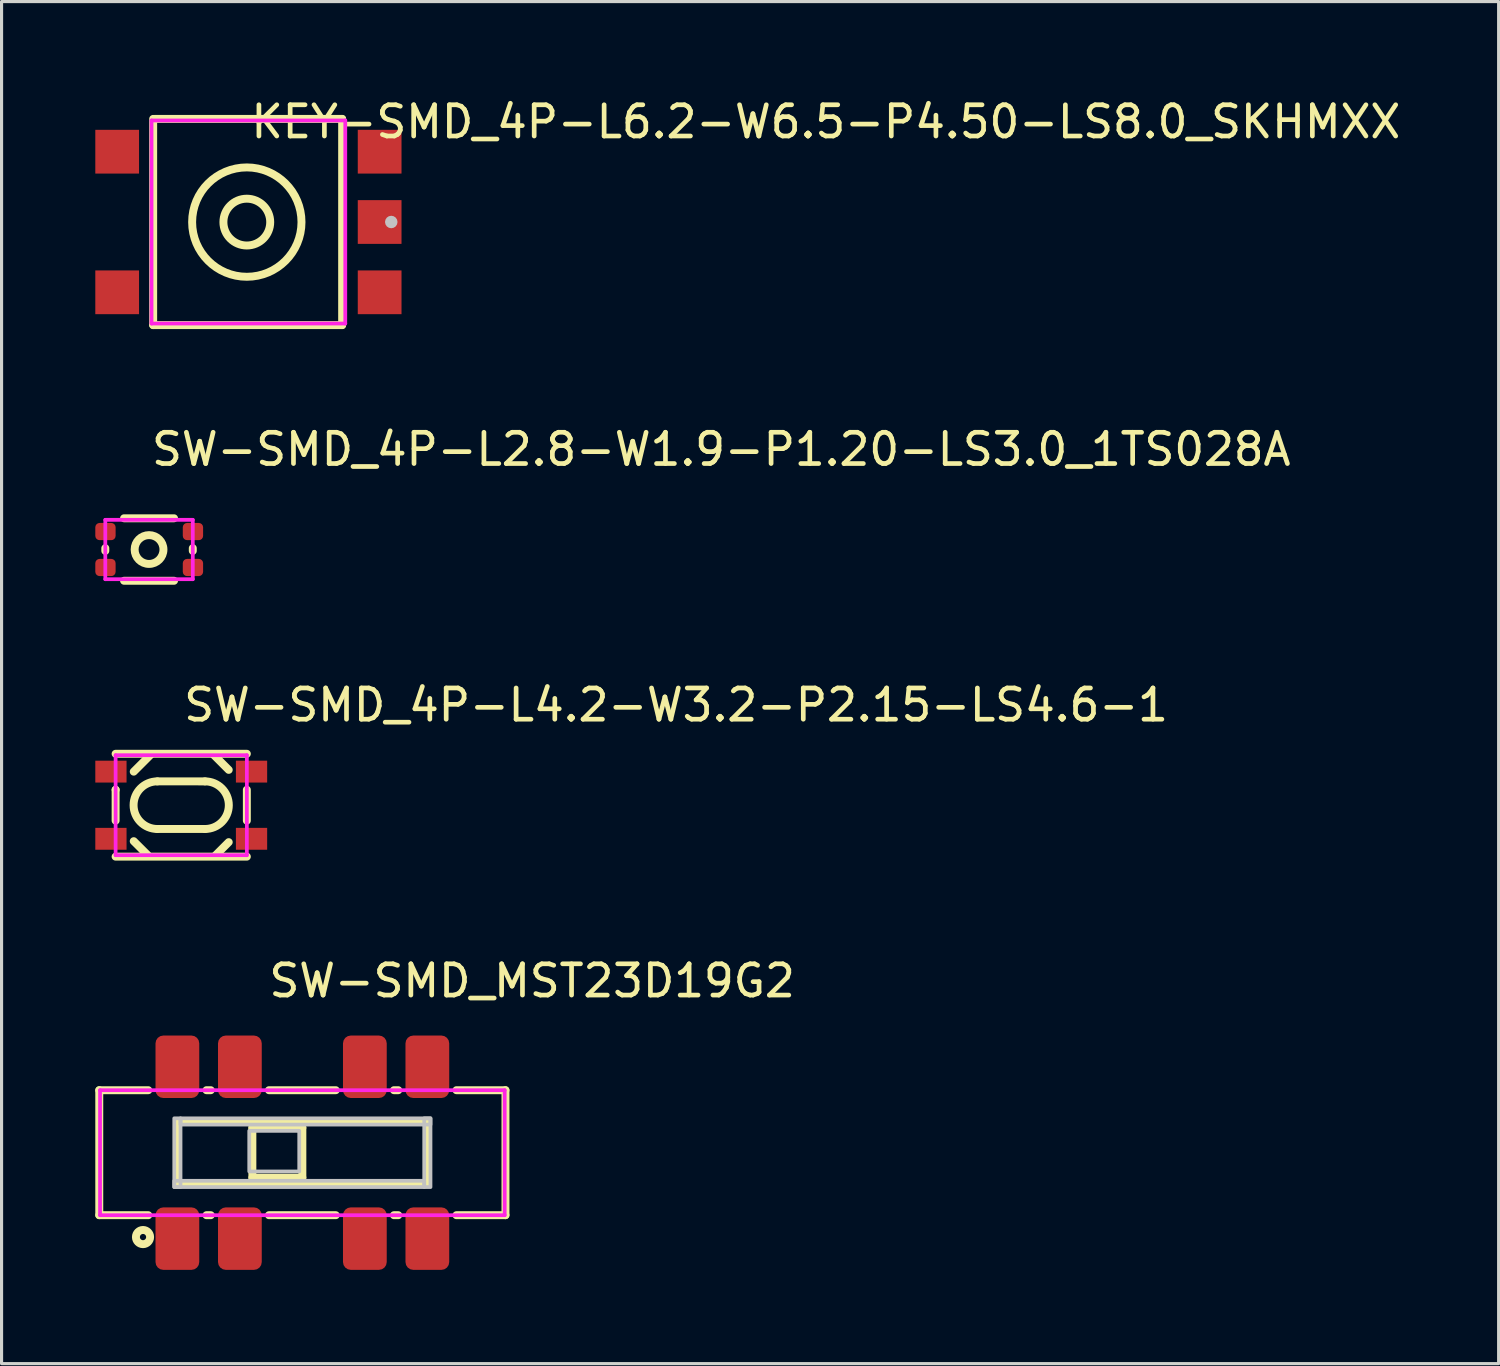
<source format=kicad_pcb>
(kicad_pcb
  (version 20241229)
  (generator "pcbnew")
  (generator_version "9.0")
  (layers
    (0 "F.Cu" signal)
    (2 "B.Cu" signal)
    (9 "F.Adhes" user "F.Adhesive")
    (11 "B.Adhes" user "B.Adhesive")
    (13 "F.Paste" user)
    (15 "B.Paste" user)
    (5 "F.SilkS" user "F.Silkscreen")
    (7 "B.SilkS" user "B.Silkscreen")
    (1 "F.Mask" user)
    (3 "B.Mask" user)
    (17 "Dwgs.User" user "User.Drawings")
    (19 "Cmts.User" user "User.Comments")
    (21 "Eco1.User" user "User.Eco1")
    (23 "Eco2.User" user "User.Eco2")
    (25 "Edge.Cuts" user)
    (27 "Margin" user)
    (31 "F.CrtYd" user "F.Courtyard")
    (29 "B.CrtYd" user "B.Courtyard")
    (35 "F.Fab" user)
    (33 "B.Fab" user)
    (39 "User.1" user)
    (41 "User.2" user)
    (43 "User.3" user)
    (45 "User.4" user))
  (footprint "KEY-SMD_4P-L6.2-W6.5-P4.50-LS8.0_SKHMXX"
    (layer "F.Cu")
    (at 4.9 4.055)
    (property "Reference" "KEY-SMD_4P-L6.2-W6.5-P4.50-LS8.0_SKHMXX" (at 0 -3.207 0) (layer "F.SilkS") (effects (font (size 1 1) (thickness 0.15)) (justify left)))
    (attr through_hole)
    (fp_line (start -3.048 3.3) (end -3.048 -3.3) (stroke (width 0.254) (type solid)) (layer "F.SilkS"))
    (fp_line (start -3 -3.3) (end 3 -3.3) (stroke (width 0.254) (type solid)) (layer "F.SilkS"))
    (fp_line (start 3 -3.3) (end 3 3.3) (stroke (width 0.254) (type solid)) (layer "F.SilkS"))
    (fp_line (start 3 3.3) (end -3.048 3.3) (stroke (width 0.254) (type solid)) (layer "F.SilkS"))
    (fp_circle (center -0.051 0.003) (end 0.698 0.003) (stroke (width 0.254) (type solid)) (fill no) (layer "F.SilkS"))
    (fp_circle (center -0.051 0.003) (end 1.699 0.003) (stroke (width 0.254) (type solid)) (fill no) (layer "F.SilkS"))
    (fp_circle (center 4.572 0) (end 4.672 0) (stroke (width 0.2) (type solid)) (fill no) (layer "Dwgs.User"))
    (fp_line (start -3.51 -2.6) (end -3.09 -2.6) (stroke (width 0.12) (type solid)) (layer "Eco2.User"))
    (fp_line (start -3.51 -1.9) (end -3.51 -2.6) (stroke (width 0.12) (type solid)) (layer "Eco2.User"))
    (fp_line (start -3.51 1.9) (end -3.09 1.9) (stroke (width 0.12) (type solid)) (layer "Eco2.User"))
    (fp_line (start -3.51 2.6) (end -3.51 1.9) (stroke (width 0.12) (type solid)) (layer "Eco2.User"))
    (fp_line (start -3.09 -2.6) (end -3.09 -1.9) (stroke (width 0.12) (type solid)) (layer "Eco2.User"))
    (fp_line (start -3.09 -1.9) (end -3.51 -1.9) (stroke (width 0.12) (type solid)) (layer "Eco2.User"))
    (fp_line (start -3.09 1.9) (end -3.09 2.6) (stroke (width 0.12) (type solid)) (layer "Eco2.User"))
    (fp_line (start -3.09 2.6) (end -3.51 2.6) (stroke (width 0.12) (type solid)) (layer "Eco2.User"))
    (fp_line (start 3.09 -2.6) (end 3.51 -2.6) (stroke (width 0.12) (type solid)) (layer "Eco2.User"))
    (fp_line (start 3.09 -1.9) (end 3.09 -2.6) (stroke (width 0.12) (type solid)) (layer "Eco2.User"))
    (fp_line (start 3.09 -0.35) (end 3.51 -0.35) (stroke (width 0.12) (type solid)) (layer "Eco2.User"))
    (fp_line (start 3.09 0.35) (end 3.09 -0.35) (stroke (width 0.12) (type solid)) (layer "Eco2.User"))
    (fp_line (start 3.09 1.9) (end 3.51 1.9) (stroke (width 0.12) (type solid)) (layer "Eco2.User"))
    (fp_line (start 3.09 2.6) (end 3.09 1.9) (stroke (width 0.12) (type solid)) (layer "Eco2.User"))
    (fp_line (start 3.51 -2.6) (end 3.51 -1.9) (stroke (width 0.12) (type solid)) (layer "Eco2.User"))
    (fp_line (start 3.51 -1.9) (end 3.09 -1.9) (stroke (width 0.12) (type solid)) (layer "Eco2.User"))
    (fp_line (start 3.51 -0.35) (end 3.51 0.35) (stroke (width 0.12) (type solid)) (layer "Eco2.User"))
    (fp_line (start 3.51 0.35) (end 3.09 0.35) (stroke (width 0.12) (type solid)) (layer "Eco2.User"))
    (fp_line (start 3.51 1.9) (end 3.51 2.6) (stroke (width 0.12) (type solid)) (layer "Eco2.User"))
    (fp_line (start 3.51 2.6) (end 3.09 2.6) (stroke (width 0.12) (type solid)) (layer "Eco2.User"))
    (fp_circle (center -4 -3.25) (end -3.97 -3.25) (stroke (width 0.06) (type solid)) (fill no) (layer "Eco2.User"))
    (fp_poly (pts (xy -4 -1.9) (xy -4 -2.6) (xy -3.5 -2.6) (xy -3.5 -1.9)) (stroke (width 0.12) (type solid)) (fill no) (layer "Eco2.User"))
    (fp_poly (pts (xy -4 2.6) (xy -4 1.9) (xy -3.5 1.9) (xy -3.5 2.6)) (stroke (width 0.12) (type solid)) (fill no) (layer "Eco2.User"))
    (fp_poly (pts (xy 3.5 -1.9) (xy 3.5 -2.6) (xy 4 -2.6) (xy 4 -1.9)) (stroke (width 0.12) (type solid)) (fill no) (layer "Eco2.User"))
    (fp_poly (pts (xy 3.5 0.35) (xy 3.5 -0.35) (xy 4 -0.35) (xy 4 0.35)) (stroke (width 0.12) (type solid)) (fill no) (layer "Eco2.User"))
    (fp_poly (pts (xy 3.5 2.6) (xy 3.5 1.9) (xy 4 1.9) (xy 4 2.6)) (stroke (width 0.12) (type solid)) (fill no) (layer "Eco2.User"))
    (fp_line (start -3.1 -3.25) (end 3.1 -3.25) (stroke (width 0.12) (type solid)) (layer "F.CrtYd"))
    (fp_line (start -3.1 3.25) (end -3.1 -3.25) (stroke (width 0.12) (type solid)) (layer "F.CrtYd"))
    (fp_line (start 3.1 -3.25) (end 3.1 3.25) (stroke (width 0.12) (type solid)) (layer "F.CrtYd"))
    (fp_line (start 3.1 3.25) (end -3.1 3.25) (stroke (width 0.12) (type solid)) (layer "F.CrtYd"))
    (pad "1" smd rect (at -4.2 -2.25) (size 1.4 1.4) (layers "F.Cu" "F.Mask" "F.Paste"))
    (pad "2" smd rect (at 4.2 -2.25) (size 1.4 1.4) (layers "F.Cu" "F.Mask" "F.Paste"))
    (pad "3" smd rect (at -4.2 2.25) (size 1.4 1.4) (layers "F.Cu" "F.Mask" "F.Paste"))
    (pad "4" smd rect (at 4.2 2.25) (size 1.4 1.4) (layers "F.Cu" "F.Mask" "F.Paste"))
    (pad "5" smd rect (at 4.2 0) (size 1.4 1.4) (layers "F.Cu" "F.Mask" "F.Paste")))
  (footprint "SW-SMD_4P-L2.8-W1.9-P1.20-LS3.0_1TS028A"
    (layer "F.Cu")
    (at 1.72 14.537)
    (property "Reference" "SW-SMD_4P-L2.8-W1.9-P1.20-LS3.0_1TS028A" (at 0 -3.207 0) (layer "F.SilkS") (effects (font (size 1 1) (thickness 0.15)) (justify left)))
    (attr smd)
    (fp_line (start -1.4 -0.044) (end -1.4 0.044) (stroke (width 0.254) (type solid)) (layer "F.SilkS"))
    (fp_line (start -0.8 -1) (end 0.8 -1) (stroke (width 0.254) (type solid)) (layer "F.SilkS"))
    (fp_line (start -0.8 1) (end 0.8 1) (stroke (width 0.254) (type solid)) (layer "F.SilkS"))
    (fp_line (start 1.4 -0.044) (end 1.4 0.044) (stroke (width 0.254) (type solid)) (layer "F.SilkS"))
    (fp_circle (center 0 0) (end 0.461 0) (stroke (width 0.254) (type solid)) (fill no) (layer "F.SilkS"))
    (fp_line (start -1.4 -0.95) (end 1.4 -0.95) (stroke (width 0.12) (type solid)) (layer "F.CrtYd"))
    (fp_line (start -1.4 0.95) (end -1.4 -0.95) (stroke (width 0.12) (type solid)) (layer "F.CrtYd"))
    (fp_line (start 1.4 -0.95) (end 1.4 0.95) (stroke (width 0.12) (type solid)) (layer "F.CrtYd"))
    (fp_line (start 1.4 0.95) (end -1.4 0.95) (stroke (width 0.12) (type solid)) (layer "F.CrtYd"))
    (pad "1" smd roundrect (at -1.395 -0.575) (size 0.65 0.55) (layers "F.Cu" "F.Mask" "F.Paste") (roundrect_rratio 0.25))
    (pad "1" smd roundrect (at 1.405 -0.575) (size 0.65 0.55) (layers "F.Cu" "F.Mask" "F.Paste") (roundrect_rratio 0.25))
    (pad "2" smd roundrect (at -1.395 0.575) (size 0.65 0.55) (layers "F.Cu" "F.Mask" "F.Paste") (roundrect_rratio 0.25))
    (pad "2" smd roundrect (at 1.405 0.575) (size 0.65 0.55) (layers "F.Cu" "F.Mask" "F.Paste") (roundrect_rratio 0.25)))
  (footprint "SW-SMD_MST23D19G2"
    (layer "F.Cu")
    (at 6.627 33.841)
    (property "Reference" "SW-SMD_MST23D19G2" (at -1.15 -5.5 0) (layer "F.SilkS") (effects (font (size 1 1) (thickness 0.15)) (justify left)))
    (attr smd)
    (fp_line (start -6.5 -2) (end -6.5 2) (stroke (width 0.254) (type solid)) (layer "F.SilkS"))
    (fp_line (start -6.5 -2) (end -4.931 -2) (stroke (width 0.254) (type solid)) (layer "F.SilkS"))
    (fp_line (start -6.5 2) (end -4.931 2) (stroke (width 0.254) (type solid)) (layer "F.SilkS"))
    (fp_line (start -4 -1) (end 4 -1) (stroke (width 0.254) (type solid)) (layer "F.SilkS"))
    (fp_line (start -4 1) (end -4 -1) (stroke (width 0.254) (type solid)) (layer "F.SilkS"))
    (fp_line (start -3.069 -2) (end -2.931 -2) (stroke (width 0.254) (type solid)) (layer "F.SilkS"))
    (fp_line (start -3.069 2) (end -2.931 2) (stroke (width 0.254) (type solid)) (layer "F.SilkS"))
    (fp_line (start -1.6 -0.8) (end 0 -0.8) (stroke (width 0.254) (type solid)) (layer "F.SilkS"))
    (fp_line (start -1.6 0.8) (end -1.6 -0.8) (stroke (width 0.254) (type solid)) (layer "F.SilkS"))
    (fp_line (start -1.069 -2) (end 1.069 -2) (stroke (width 0.254) (type solid)) (layer "F.SilkS"))
    (fp_line (start -1.069 2) (end 1.069 2) (stroke (width 0.254) (type solid)) (layer "F.SilkS"))
    (fp_line (start 0 -0.8) (end 0 0.8) (stroke (width 0.254) (type solid)) (layer "F.SilkS"))
    (fp_line (start 0 0.8) (end -1.6 0.8) (stroke (width 0.254) (type solid)) (layer "F.SilkS"))
    (fp_line (start 2.931 -2) (end 3.069 -2) (stroke (width 0.254) (type solid)) (layer "F.SilkS"))
    (fp_line (start 2.931 2) (end 3.069 2) (stroke (width 0.254) (type solid)) (layer "F.SilkS"))
    (fp_line (start 4 -1) (end 4 1) (stroke (width 0.254) (type solid)) (layer "F.SilkS"))
    (fp_line (start 4 1) (end -4 1) (stroke (width 0.254) (type solid)) (layer "F.SilkS"))
    (fp_line (start 4.931 -2) (end 6.5 -2) (stroke (width 0.254) (type solid)) (layer "F.SilkS"))
    (fp_line (start 4.931 2) (end 6.5 2) (stroke (width 0.254) (type solid)) (layer "F.SilkS"))
    (fp_line (start 6.5 -2) (end 6.5 2) (stroke (width 0.254) (type solid)) (layer "F.SilkS"))
    (fp_circle (center -5.1 2.7) (end -5 2.7) (stroke (width 0.254) (type solid)) (fill no) (layer "F.SilkS"))
    (fp_poly (pts (xy -4.1 -1.1) (xy -4.1 1.1) (xy -3.9 1.1) (xy -3.9 -1.1)) (stroke (width 0.12) (type solid)) (fill no) (layer "Dwgs.User"))
    (fp_poly (pts (xy -3.9 -1.1) (xy 4.1 -1.1) (xy 4.1 -0.9) (xy -3.9 -0.9)) (stroke (width 0.12) (type solid)) (fill no) (layer "Dwgs.User"))
    (fp_poly (pts (xy -1.7 -0.7) (xy -1.7 0.6) (xy -0.1 0.6) (xy -0.1 -0.7)) (stroke (width 0.12) (type solid)) (fill no) (layer "Dwgs.User"))
    (fp_poly (pts (xy 3.9 1.1) (xy -4.1 1.1) (xy -4.1 0.9) (xy 3.9 0.9)) (stroke (width 0.12) (type solid)) (fill no) (layer "Dwgs.User"))
    (fp_poly (pts (xy 4.1 1.1) (xy 4.1 -1.1) (xy 3.9 -1.1) (xy 3.9 1.1)) (stroke (width 0.12) (type solid)) (fill no) (layer "Dwgs.User"))
    (fp_line (start -6.475 -2) (end 6.475 -2) (stroke (width 0.12) (type solid)) (layer "F.CrtYd"))
    (fp_line (start -6.475 2) (end -6.475 -2) (stroke (width 0.12) (type solid)) (layer "F.CrtYd"))
    (fp_line (start 6.475 -2) (end 6.475 2) (stroke (width 0.12) (type solid)) (layer "F.CrtYd"))
    (fp_line (start 6.475 2) (end -6.475 2) (stroke (width 0.12) (type solid)) (layer "F.CrtYd"))
    (pad "1" smd roundrect (at -4 2.75 90) (size 2 1.4) (layers "F.Cu" "F.Mask" "F.Paste") (roundrect_rratio 0.179))
    (pad "2" smd roundrect (at -2 2.75 90) (size 2 1.4) (layers "F.Cu" "F.Mask" "F.Paste") (roundrect_rratio 0.179))
    (pad "3" smd roundrect (at 2 2.75 90) (size 2 1.4) (layers "F.Cu" "F.Mask" "F.Paste") (roundrect_rratio 0.179))
    (pad "4" smd roundrect (at 4 2.75 90) (size 2 1.4) (layers "F.Cu" "F.Mask" "F.Paste") (roundrect_rratio 0.179))
    (pad "5" smd roundrect (at -4 -2.75 90) (size 2 1.4) (layers "F.Cu" "F.Mask" "F.Paste") (roundrect_rratio 0.179))
    (pad "6" smd roundrect (at -2 -2.75 90) (size 2 1.4) (layers "F.Cu" "F.Mask" "F.Paste") (roundrect_rratio 0.179))
    (pad "7" smd roundrect (at 2 -2.75 90) (size 2 1.4) (layers "F.Cu" "F.Mask" "F.Paste") (roundrect_rratio 0.179))
    (pad "8" smd roundrect (at 4 -2.75 90) (size 2 1.4) (layers "F.Cu" "F.Mask" "F.Paste") (roundrect_rratio 0.179)))
  (footprint "SW-SMD_4P-L4.2-W3.2-P2.15-LS4.6-1"
    (layer "F.Cu")
    (at 2.75 22.72)
    (property "Reference" "SW-SMD_4P-L4.2-W3.2-P2.15-LS4.6-1" (at 0 -3.207 0) (layer "F.SilkS") (effects (font (size 1 1) (thickness 0.15)) (justify left)))
    (attr through_hole)
    (fp_line (start -2.1 -1.646) (end 2.1 -1.646) (stroke (width 0.254) (type solid)) (layer "F.SilkS"))
    (fp_line (start -2.1 -0.494) (end -2.1 0.494) (stroke (width 0.254) (type solid)) (layer "F.SilkS"))
    (fp_line (start -2.1 -0.494) (end -2.099 -0.495) (stroke (width 0.254) (type solid)) (layer "F.SilkS"))
    (fp_line (start -2.1 1.646) (end 2.1 1.646) (stroke (width 0.254) (type solid)) (layer "F.SilkS"))
    (fp_line (start -1.52 -1.074) (end -0.994 -1.6) (stroke (width 0.254) (type solid)) (layer "F.SilkS"))
    (fp_line (start -1.52 1.151) (end -1.07 1.6) (stroke (width 0.254) (type solid)) (layer "F.SilkS"))
    (fp_line (start -0.763 -0.763) (end 0.762 -0.762) (stroke (width 0.254) (type solid)) (layer "F.SilkS"))
    (fp_line (start -0.763 0.761) (end 0.761 0.761) (stroke (width 0.254) (type solid)) (layer "F.SilkS"))
    (fp_line (start 1.52 -1.131) (end 1.051 -1.6) (stroke (width 0.254) (type solid)) (layer "F.SilkS"))
    (fp_line (start 1.52 1.182) (end 1.102 1.6) (stroke (width 0.254) (type solid)) (layer "F.SilkS"))
    (fp_line (start 2.1 0.494) (end 2.1 -0.494) (stroke (width 0.254) (type solid)) (layer "F.SilkS"))
    (fp_arc (start -0.763 0.761) (mid -1.525 -0.001) (end -0.763 -0.763) (stroke (width 0.254) (type solid)) (layer "F.SilkS"))
    (fp_arc (start 0.761 -0.763) (mid 1.523 -0.001) (end 0.761 0.761) (stroke (width 0.254) (type solid)) (layer "F.SilkS"))
    (fp_circle (center -2.3 -1.6) (end -2.27 -1.6) (stroke (width 0.06) (type solid)) (fill no) (layer "Eco2.User"))
    (fp_poly (pts (xy -2.3 -1.35) (xy -1.8 -1.35) (xy -1.8 -0.8) (xy -2.3 -0.8)) (stroke (width 0.12) (type solid)) (fill no) (layer "Eco2.User"))
    (fp_poly (pts (xy -2.3 0.8) (xy -1.8 0.8) (xy -1.8 1.35) (xy -2.3 1.35)) (stroke (width 0.12) (type solid)) (fill no) (layer "Eco2.User"))
    (fp_poly (pts (xy 1.8 -1.35) (xy 2.3 -1.35) (xy 2.3 -0.8) (xy 1.8 -0.8)) (stroke (width 0.12) (type solid)) (fill no) (layer "Eco2.User"))
    (fp_poly (pts (xy 1.8 0.8) (xy 2.3 0.8) (xy 2.3 1.35) (xy 1.8 1.35)) (stroke (width 0.12) (type solid)) (fill no) (layer "Eco2.User"))
    (fp_line (start -2.1 -1.6) (end 2.1 -1.6) (stroke (width 0.12) (type solid)) (layer "F.CrtYd"))
    (fp_line (start -2.1 1.6) (end -2.1 -1.6) (stroke (width 0.12) (type solid)) (layer "F.CrtYd"))
    (fp_line (start 2.1 -1.6) (end 2.1 1.6) (stroke (width 0.12) (type solid)) (layer "F.CrtYd"))
    (fp_line (start 2.1 1.6) (end -2.1 1.6) (stroke (width 0.12) (type solid)) (layer "F.CrtYd"))
    (pad "1" smd rect (at -2.25 -1.075 90) (size 0.7 1) (layers "F.Cu" "F.Mask" "F.Paste"))
    (pad "2" smd rect (at 2.25 -1.075 90) (size 0.7 1) (layers "F.Cu" "F.Mask" "F.Paste"))
    (pad "3" smd rect (at -2.25 1.075 90) (size 0.7 1) (layers "F.Cu" "F.Mask" "F.Paste"))
    (pad "4" smd rect (at 2.25 1.075 90) (size 0.7 1) (layers "F.Cu" "F.Mask" "F.Paste")))
  (gr_rect
    (start -3 -3)
    (end 44.912 40.591)
    (stroke (width 0.1) (type default))
    (fill no)
    (layer "Edge.Cuts")))
</source>
